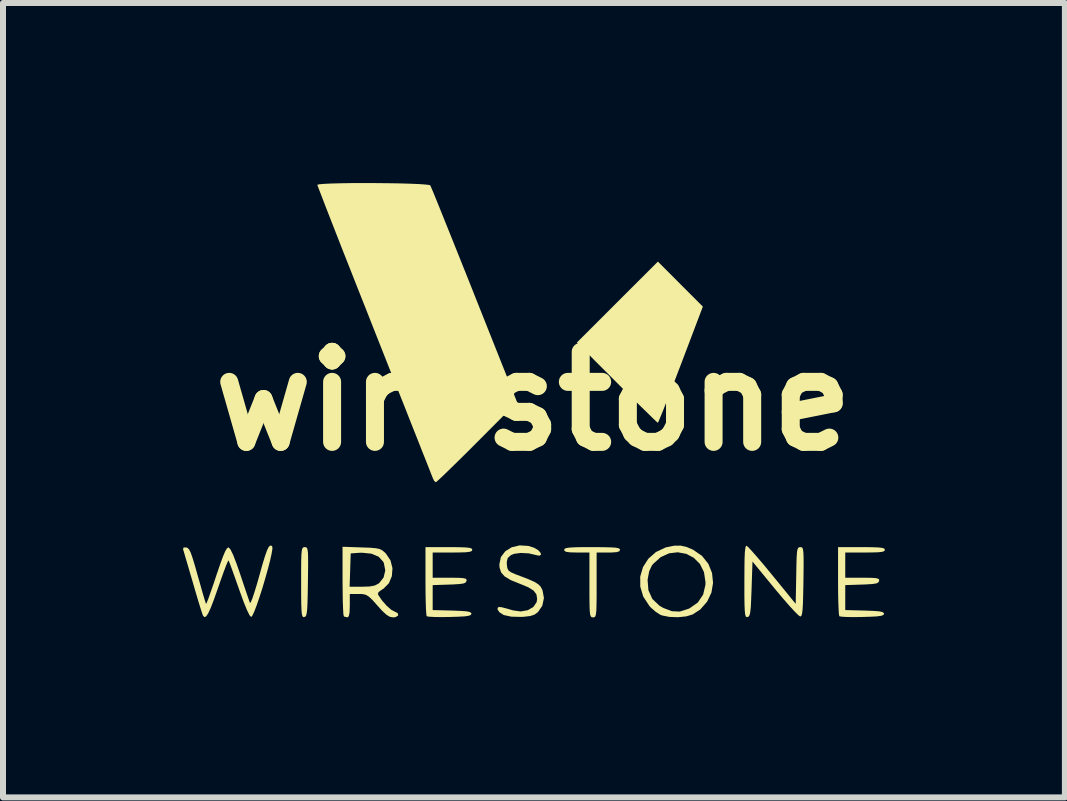
<source format=kicad_pcb>
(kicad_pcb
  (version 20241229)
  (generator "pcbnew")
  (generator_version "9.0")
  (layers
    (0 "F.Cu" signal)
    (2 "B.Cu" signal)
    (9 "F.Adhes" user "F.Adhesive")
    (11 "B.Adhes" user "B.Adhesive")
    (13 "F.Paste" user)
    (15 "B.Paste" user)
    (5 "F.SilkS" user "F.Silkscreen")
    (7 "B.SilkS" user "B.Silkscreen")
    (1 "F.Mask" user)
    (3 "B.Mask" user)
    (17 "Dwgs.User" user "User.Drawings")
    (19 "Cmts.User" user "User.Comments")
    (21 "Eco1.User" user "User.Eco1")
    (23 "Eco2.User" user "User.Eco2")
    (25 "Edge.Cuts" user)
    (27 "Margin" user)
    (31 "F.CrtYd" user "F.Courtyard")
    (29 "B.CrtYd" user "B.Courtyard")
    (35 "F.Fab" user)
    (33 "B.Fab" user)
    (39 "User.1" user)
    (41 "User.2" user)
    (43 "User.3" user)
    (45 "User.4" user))
  (footprint "wirestone"
    (layer "F.Cu")
    (at 5.841 3.635)
    (property "Reference" "wirestone" (at 0 0 0) (layer "F.SilkS") (effects (font (size 1.5 1.5) (thickness 0.3))))
    (attr board_only exclude_from_pos_files exclude_from_bom)
    (fp_poly (pts (xy 2.446 -1.951) (xy 2.821 -1.576) (xy 2.454 -0.608) (xy 2.367 -0.381) (xy 2.287 -0.173) (xy 2.216 0.009) (xy 2.156 0.161) (xy 2.11 0.273) (xy 2.081 0.342) (xy 2.071 0.36) (xy 2.047 0.34) (xy 1.986 0.282) (xy 1.893 0.191) (xy 1.773 0.074) (xy 1.631 -0.066) (xy 1.473 -0.223) (xy 1.388 -0.308) (xy 0.721 -0.976) (xy 1.396 -1.651) (xy 2.072 -2.326)) (stroke (width 0) (type solid)) (fill yes) (layer "F.SilkS"))
    (fp_poly (pts (xy -3.791 2.434) (xy -3.776 2.446) (xy -3.766 2.475) (xy -3.759 2.53) (xy -3.757 2.617) (xy -3.757 2.746) (xy -3.759 2.924) (xy -3.76 3.009) (xy -3.763 3.21) (xy -3.767 3.359) (xy -3.772 3.464) (xy -3.78 3.532) (xy -3.79 3.572) (xy -3.805 3.591) (xy -3.821 3.597) (xy -3.839 3.597) (xy -3.852 3.582) (xy -3.861 3.546) (xy -3.867 3.481) (xy -3.871 3.38) (xy -3.873 3.233) (xy -3.873 3.035) (xy -3.873 3.02) (xy -3.873 2.818) (xy -3.872 2.669) (xy -3.869 2.564) (xy -3.863 2.496) (xy -3.854 2.456) (xy -3.84 2.438) (xy -3.822 2.432) (xy -3.812 2.432)) (stroke (width 0) (type solid)) (fill yes) (layer "F.SilkS"))
    (fp_poly (pts (xy 1.155 2.433) (xy 1.283 2.436) (xy 1.367 2.441) (xy 1.416 2.451) (xy 1.438 2.465) (xy 1.441 2.477) (xy 1.428 2.502) (xy 1.382 2.516) (xy 1.29 2.522) (xy 1.246 2.522) (xy 1.051 2.522) (xy 1.051 3.062) (xy 1.051 3.255) (xy 1.049 3.395) (xy 1.046 3.491) (xy 1.039 3.552) (xy 1.029 3.586) (xy 1.013 3.6) (xy 0.993 3.603) (xy 0.991 3.603) (xy 0.969 3.6) (xy 0.954 3.587) (xy 0.943 3.555) (xy 0.936 3.497) (xy 0.933 3.403) (xy 0.931 3.266) (xy 0.931 3.078) (xy 0.931 3.062) (xy 0.931 2.522) (xy 0.721 2.522) (xy 0.606 2.519) (xy 0.541 2.51) (xy 0.513 2.491) (xy 0.51 2.477) (xy 0.518 2.46) (xy 0.548 2.447) (xy 0.608 2.439) (xy 0.705 2.434) (xy 0.849 2.432) (xy 0.976 2.432)) (stroke (width 0) (type solid)) (fill yes) (layer "F.SilkS"))
    (fp_poly (pts (xy -1.249 2.433) (xy -1.137 2.437) (xy -1.068 2.444) (xy -1.032 2.456) (xy -1.021 2.474) (xy -1.021 2.477) (xy -1.03 2.497) (xy -1.065 2.51) (xy -1.134 2.518) (xy -1.248 2.521) (xy -1.351 2.522) (xy -1.681 2.522) (xy -1.681 2.732) (xy -1.681 2.942) (xy -1.394 2.942) (xy -1.261 2.943) (xy -1.177 2.948) (xy -1.132 2.958) (xy -1.116 2.975) (xy -1.117 2.995) (xy -1.13 3.02) (xy -1.164 3.037) (xy -1.232 3.047) (xy -1.344 3.054) (xy -1.404 3.056) (xy -1.681 3.065) (xy -1.681 3.273) (xy -1.681 3.481) (xy -1.359 3.489) (xy -1.212 3.495) (xy -1.116 3.502) (xy -1.061 3.514) (xy -1.038 3.531) (xy -1.036 3.543) (xy -1.046 3.562) (xy -1.081 3.576) (xy -1.15 3.586) (xy -1.263 3.592) (xy -1.398 3.596) (xy -1.54 3.598) (xy -1.659 3.596) (xy -1.743 3.591) (xy -1.78 3.584) (xy -1.781 3.584) (xy -1.787 3.548) (xy -1.793 3.463) (xy -1.797 3.337) (xy -1.8 3.18) (xy -1.801 3.001) (xy -1.801 2.997) (xy -1.801 2.432) (xy -1.411 2.432)) (stroke (width 0) (type solid)) (fill yes) (layer "F.SilkS"))
    (fp_poly (pts (xy 5.627 2.433) (xy 5.738 2.437) (xy 5.807 2.444) (xy 5.843 2.456) (xy 5.854 2.474) (xy 5.855 2.477) (xy 5.845 2.497) (xy 5.811 2.51) (xy 5.741 2.518) (xy 5.628 2.521) (xy 5.524 2.522) (xy 5.194 2.522) (xy 5.194 2.732) (xy 5.194 2.942) (xy 5.482 2.942) (xy 5.615 2.943) (xy 5.699 2.948) (xy 5.743 2.958) (xy 5.759 2.975) (xy 5.759 2.995) (xy 5.746 3.02) (xy 5.711 3.037) (xy 5.643 3.047) (xy 5.531 3.054) (xy 5.471 3.056) (xy 5.194 3.065) (xy 5.194 3.273) (xy 5.194 3.481) (xy 5.517 3.489) (xy 5.663 3.495) (xy 5.759 3.502) (xy 5.814 3.514) (xy 5.837 3.531) (xy 5.84 3.543) (xy 5.83 3.562) (xy 5.795 3.576) (xy 5.725 3.586) (xy 5.612 3.592) (xy 5.478 3.596) (xy 5.336 3.598) (xy 5.216 3.596) (xy 5.132 3.591) (xy 5.095 3.584) (xy 5.095 3.584) (xy 5.088 3.548) (xy 5.083 3.463) (xy 5.078 3.337) (xy 5.075 3.18) (xy 5.074 3.001) (xy 5.074 2.997) (xy 5.074 2.432) (xy 5.464 2.432)) (stroke (width 0) (type solid)) (fill yes) (layer "F.SilkS"))
    (fp_poly (pts (xy 2.547 2.428) (xy 2.657 2.475) (xy 2.807 2.578) (xy 2.913 2.711) (xy 2.974 2.864) (xy 2.991 3.027) (xy 2.964 3.189) (xy 2.893 3.34) (xy 2.778 3.471) (xy 2.651 3.554) (xy 2.545 3.586) (xy 2.408 3.6) (xy 2.265 3.595) (xy 2.143 3.571) (xy 2.116 3.561) (xy 2.039 3.513) (xy 1.957 3.441) (xy 1.932 3.415) (xy 1.828 3.257) (xy 1.778 3.09) (xy 1.778 2.979) (xy 1.9 2.979) (xy 1.914 3.151) (xy 1.979 3.295) (xy 2.096 3.407) (xy 2.161 3.445) (xy 2.305 3.5) (xy 2.436 3.506) (xy 2.576 3.462) (xy 2.601 3.451) (xy 2.737 3.355) (xy 2.826 3.223) (xy 2.864 3.06) (xy 2.865 3.017) (xy 2.84 2.849) (xy 2.772 2.712) (xy 2.67 2.61) (xy 2.544 2.544) (xy 2.403 2.518) (xy 2.258 2.535) (xy 2.118 2.599) (xy 1.993 2.712) (xy 1.972 2.738) (xy 1.927 2.834) (xy 1.902 2.964) (xy 1.9 2.979) (xy 1.778 2.979) (xy 1.777 2.924) (xy 1.823 2.766) (xy 1.912 2.626) (xy 2.039 2.514) (xy 2.201 2.437) (xy 2.345 2.408) (xy 2.45 2.407)) (stroke (width 0) (type solid)) (fill yes) (layer "F.SilkS"))
    (fp_poly (pts (xy -2.633 -3.634) (xy -2.429 -3.632) (xy -2.235 -3.629) (xy -2.06 -3.624) (xy -1.913 -3.618) (xy -1.801 -3.61) (xy -1.735 -3.602) (xy -1.721 -3.596) (xy -1.706 -3.562) (xy -1.67 -3.477) (xy -1.617 -3.347) (xy -1.547 -3.174) (xy -1.463 -2.965) (xy -1.366 -2.724) (xy -1.259 -2.457) (xy -1.143 -2.167) (xy -1.02 -1.859) (xy -0.986 -1.772) (xy -0.275 0.015) (xy -0.94 0.683) (xy -1.104 0.847) (xy -1.255 0.996) (xy -1.388 1.126) (xy -1.496 1.231) (xy -1.576 1.306) (xy -1.621 1.346) (xy -1.629 1.351) (xy -1.657 1.327) (xy -1.678 1.284) (xy -1.693 1.246) (xy -1.728 1.157) (xy -1.782 1.02) (xy -1.854 0.84) (xy -1.94 0.621) (xy -2.041 0.367) (xy -2.153 0.082) (xy -2.277 -0.229) (xy -2.409 -0.562) (xy -2.548 -0.914) (xy -2.654 -1.181) (xy -2.796 -1.542) (xy -2.933 -1.887) (xy -3.061 -2.212) (xy -3.18 -2.513) (xy -3.287 -2.786) (xy -3.381 -3.027) (xy -3.461 -3.232) (xy -3.524 -3.396) (xy -3.57 -3.515) (xy -3.597 -3.586) (xy -3.603 -3.605) (xy -3.574 -3.614) (xy -3.494 -3.621) (xy -3.372 -3.627) (xy -3.216 -3.631) (xy -3.035 -3.634) (xy -2.837 -3.635)) (stroke (width 0) (type solid)) (fill yes) (layer "F.SilkS"))
    (fp_poly (pts (xy 3.58 2.435) (xy 3.641 2.501) (xy 3.727 2.599) (xy 3.832 2.722) (xy 3.949 2.864) (xy 3.978 2.899) (xy 4.368 3.377) (xy 4.377 2.904) (xy 4.38 2.726) (xy 4.384 2.6) (xy 4.39 2.516) (xy 4.399 2.466) (xy 4.413 2.441) (xy 4.432 2.433) (xy 4.445 2.432) (xy 4.466 2.434) (xy 4.481 2.446) (xy 4.491 2.476) (xy 4.497 2.532) (xy 4.5 2.621) (xy 4.5 2.751) (xy 4.498 2.931) (xy 4.497 3.01) (xy 4.493 3.213) (xy 4.489 3.364) (xy 4.483 3.47) (xy 4.475 3.537) (xy 4.464 3.574) (xy 4.449 3.587) (xy 4.444 3.588) (xy 4.412 3.566) (xy 4.349 3.503) (xy 4.262 3.409) (xy 4.157 3.288) (xy 4.04 3.149) (xy 4.024 3.13) (xy 3.648 2.672) (xy 3.633 3.129) (xy 3.626 3.306) (xy 3.62 3.431) (xy 3.611 3.514) (xy 3.6 3.564) (xy 3.584 3.589) (xy 3.565 3.597) (xy 3.547 3.597) (xy 3.534 3.582) (xy 3.525 3.547) (xy 3.519 3.483) (xy 3.515 3.383) (xy 3.513 3.239) (xy 3.513 3.043) (xy 3.513 3.002) (xy 3.514 2.788) (xy 3.516 2.629) (xy 3.521 2.517) (xy 3.529 2.448) (xy 3.539 2.414) (xy 3.55 2.409)) (stroke (width 0) (type solid)) (fill yes) (layer "F.SilkS"))
    (fp_poly (pts (xy -0.087 2.412) (xy 0.008 2.442) (xy 0.076 2.482) (xy 0.116 2.525) (xy 0.124 2.56) (xy 0.096 2.575) (xy 0.053 2.567) (xy -0.08 2.536) (xy -0.214 2.529) (xy -0.326 2.544) (xy -0.378 2.566) (xy -0.43 2.613) (xy -0.446 2.676) (xy -0.445 2.726) (xy -0.437 2.783) (xy -0.417 2.822) (xy -0.373 2.853) (xy -0.292 2.888) (xy -0.225 2.913) (xy -0.082 2.968) (xy 0.016 3.012) (xy 0.079 3.051) (xy 0.119 3.092) (xy 0.146 3.144) (xy 0.149 3.151) (xy 0.173 3.279) (xy 0.146 3.408) (xy 0.074 3.514) (xy 0.073 3.515) (xy 0.017 3.556) (xy -0.054 3.58) (xy -0.158 3.592) (xy -0.204 3.595) (xy -0.369 3.591) (xy -0.49 3.565) (xy -0.503 3.56) (xy -0.568 3.518) (xy -0.6 3.472) (xy -0.6 3.466) (xy -0.596 3.44) (xy -0.577 3.429) (xy -0.531 3.434) (xy -0.449 3.455) (xy -0.343 3.486) (xy -0.213 3.504) (xy -0.096 3.483) (xy -0.004 3.43) (xy 0.051 3.35) (xy 0.06 3.293) (xy 0.047 3.218) (xy 0.000097 3.156) (xy -0.088 3.101) (xy -0.226 3.044) (xy -0.379 2.982) (xy -0.481 2.921) (xy -0.541 2.853) (xy -0.567 2.771) (xy -0.57 2.718) (xy -0.544 2.597) (xy -0.471 2.501) (xy -0.364 2.434) (xy -0.232 2.403)) (stroke (width 0) (type solid)) (fill yes) (layer "F.SilkS"))
    (fp_poly (pts (xy -2.868 2.437) (xy -2.726 2.442) (xy -2.631 2.45) (xy -2.567 2.463) (xy -2.522 2.485) (xy -2.48 2.52) (xy -2.46 2.54) (xy -2.384 2.653) (xy -2.351 2.783) (xy -2.361 2.915) (xy -2.411 3.034) (xy -2.501 3.125) (xy -2.527 3.14) (xy -2.585 3.183) (xy -2.593 3.221) (xy -2.526 3.32) (xy -2.447 3.41) (xy -2.372 3.476) (xy -2.324 3.501) (xy -2.263 3.532) (xy -2.255 3.57) (xy -2.297 3.598) (xy -2.34 3.603) (xy -2.393 3.594) (xy -2.45 3.56) (xy -2.522 3.494) (xy -2.6 3.408) (xy -2.685 3.313) (xy -2.746 3.256) (xy -2.796 3.226) (xy -2.851 3.214) (xy -2.918 3.213) (xy -3.062 3.213) (xy -3.062 3.408) (xy -3.066 3.521) (xy -3.079 3.584) (xy -3.102 3.603) (xy -3.102 3.603) (xy -3.154 3.59) (xy -3.162 3.583) (xy -3.169 3.548) (xy -3.174 3.463) (xy -3.179 3.336) (xy -3.181 3.179) (xy -3.182 3.092) (xy -3.065 3.092) (xy -2.857 3.092) (xy -2.732 3.088) (xy -2.647 3.072) (xy -2.585 3.04) (xy -2.572 3.031) (xy -2.499 2.938) (xy -2.471 2.821) (xy -2.494 2.7) (xy -2.504 2.677) (xy -2.581 2.592) (xy -2.703 2.541) (xy -2.862 2.525) (xy -2.912 2.527) (xy -3.047 2.537) (xy -3.056 2.815) (xy -3.065 3.092) (xy -3.182 3.092) (xy -3.183 3.001) (xy -3.183 2.995) (xy -3.183 2.426)) (stroke (width 0) (type solid)) (fill yes) (layer "F.SilkS"))
    (fp_poly (pts (xy -4.365 2.41) (xy -4.355 2.419) (xy -4.351 2.457) (xy -4.365 2.541) (xy -4.391 2.659) (xy -4.428 2.801) (xy -4.472 2.957) (xy -4.519 3.116) (xy -4.568 3.268) (xy -4.614 3.402) (xy -4.655 3.509) (xy -4.688 3.577) (xy -4.707 3.597) (xy -4.734 3.565) (xy -4.775 3.482) (xy -4.828 3.353) (xy -4.89 3.183) (xy -4.91 3.127) (xy -4.965 2.971) (xy -5.013 2.836) (xy -5.051 2.732) (xy -5.076 2.668) (xy -5.084 2.653) (xy -5.097 2.675) (xy -5.126 2.745) (xy -5.167 2.854) (xy -5.217 2.994) (xy -5.258 3.112) (xy -5.326 3.305) (xy -5.38 3.446) (xy -5.423 3.538) (xy -5.456 3.587) (xy -5.484 3.598) (xy -5.507 3.576) (xy -5.521 3.539) (xy -5.549 3.453) (xy -5.587 3.33) (xy -5.632 3.178) (xy -5.676 3.026) (xy -5.726 2.857) (xy -5.77 2.706) (xy -5.806 2.584) (xy -5.83 2.501) (xy -5.841 2.467) (xy -5.831 2.438) (xy -5.789 2.437) (xy -5.763 2.447) (xy -5.738 2.474) (xy -5.712 2.527) (xy -5.682 2.613) (xy -5.643 2.741) (xy -5.596 2.908) (xy -5.551 3.065) (xy -5.513 3.201) (xy -5.482 3.304) (xy -5.462 3.367) (xy -5.457 3.38) (xy -5.445 3.356) (xy -5.417 3.285) (xy -5.378 3.174) (xy -5.329 3.034) (xy -5.288 2.909) (xy -5.225 2.724) (xy -5.176 2.591) (xy -5.139 2.503) (xy -5.11 2.454) (xy -5.086 2.437) (xy -5.081 2.438) (xy -5.05 2.471) (xy -5.006 2.561) (xy -4.949 2.709) (xy -4.889 2.882) (xy -4.837 3.037) (xy -4.791 3.174) (xy -4.754 3.281) (xy -4.731 3.348) (xy -4.725 3.363) (xy -4.712 3.351) (xy -4.686 3.289) (xy -4.652 3.186) (xy -4.61 3.05) (xy -4.576 2.93) (xy -4.521 2.732) (xy -4.477 2.587) (xy -4.442 2.488) (xy -4.414 2.43) (xy -4.389 2.406)) (stroke (width 0) (type solid)) (fill yes) (layer "F.SilkS")))
  (gr_rect
    (start -3 -3)
    (end 14.695 10.238)
    (stroke (width 0.1) (type default))
    (fill no)
    (layer "Edge.Cuts")))
</source>
